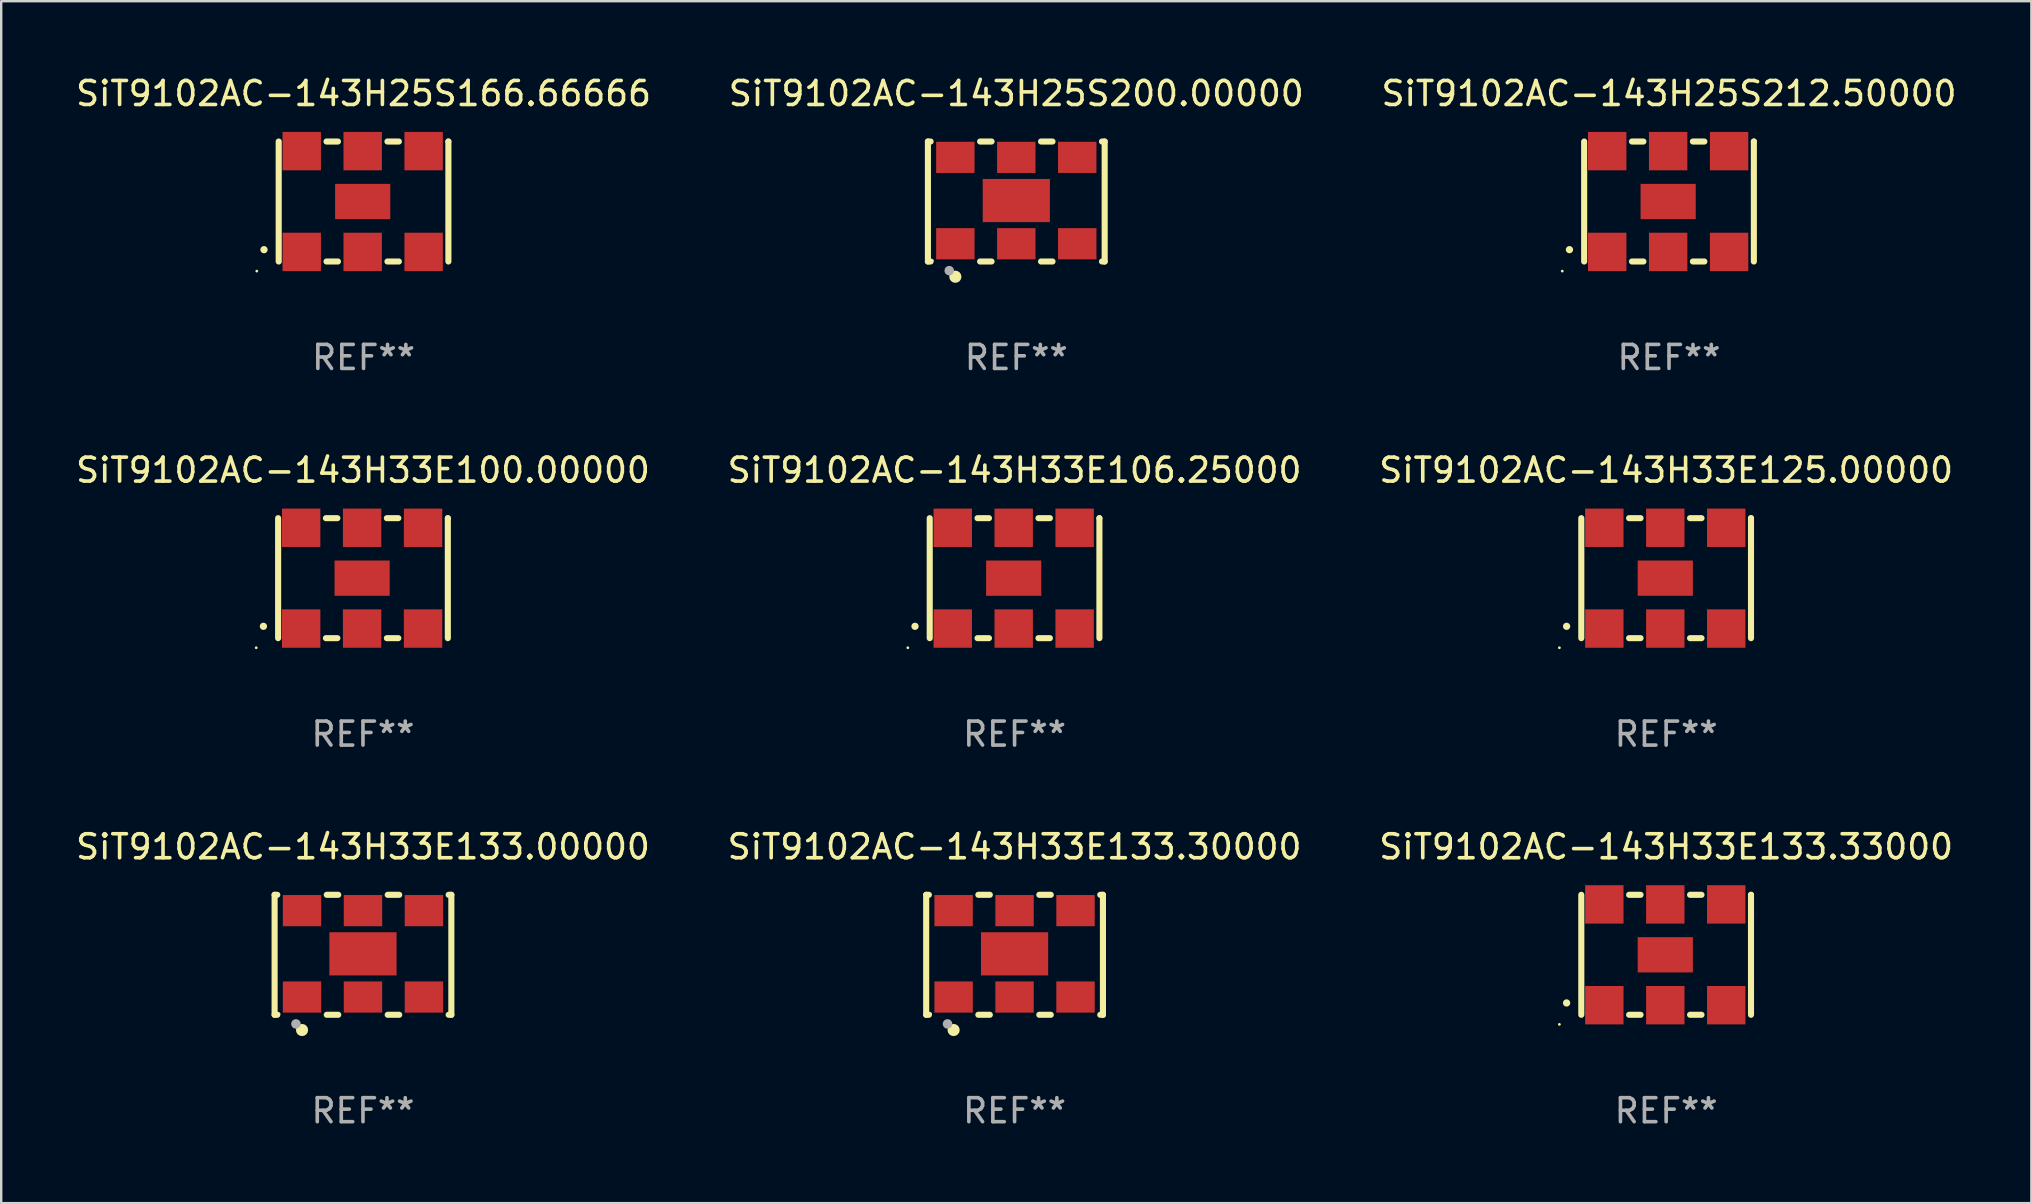
<source format=kicad_pcb>
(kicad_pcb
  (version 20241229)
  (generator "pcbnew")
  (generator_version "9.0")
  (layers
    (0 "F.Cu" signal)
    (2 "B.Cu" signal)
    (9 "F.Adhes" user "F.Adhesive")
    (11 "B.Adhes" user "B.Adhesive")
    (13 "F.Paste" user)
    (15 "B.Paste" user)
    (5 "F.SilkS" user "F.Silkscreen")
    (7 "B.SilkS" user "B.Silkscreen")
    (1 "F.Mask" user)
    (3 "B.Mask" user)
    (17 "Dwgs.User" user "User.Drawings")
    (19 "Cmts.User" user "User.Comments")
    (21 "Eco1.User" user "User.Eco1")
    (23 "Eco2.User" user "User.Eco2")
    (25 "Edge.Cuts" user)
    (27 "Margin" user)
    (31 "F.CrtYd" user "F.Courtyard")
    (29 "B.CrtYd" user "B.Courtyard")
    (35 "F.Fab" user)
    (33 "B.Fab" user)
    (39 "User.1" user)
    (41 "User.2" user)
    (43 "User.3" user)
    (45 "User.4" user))
  (footprint "SiT9102AC-143H25S212.50000"
    (layer "F.Cu")
    (at 66.506 5.348)
    (property "Reference" "SiT9102AC-143H25S212.50000" (at 0 -4.5 0) (layer "F.SilkS") (effects (font (size 1 1) (thickness 0.15))))
    (attr through_hole)
    (fp_line (start -3.536 -2.5) (end -3.536 2.5) (stroke (width 0.254) (type solid)) (layer "F.SilkS"))
    (fp_line (start -1.544 2.5) (end -1.067 2.5) (stroke (width 0.254) (type solid)) (layer "F.SilkS"))
    (fp_line (start -1.067 -2.5) (end -1.544 -2.5) (stroke (width 0.254) (type solid)) (layer "F.SilkS"))
    (fp_line (start 0.996 2.5) (end 1.473 2.5) (stroke (width 0.254) (type solid)) (layer "F.SilkS"))
    (fp_line (start 1.473 -2.5) (end 0.996 -2.5) (stroke (width 0.254) (type solid)) (layer "F.SilkS"))
    (fp_line (start 3.536 -2.5) (end 3.536 -2.5) (stroke (width 0.254) (type solid)) (layer "F.SilkS"))
    (fp_line (start 3.536 2.5) (end 3.536 -2.5) (stroke (width 0.254) (type solid)) (layer "F.SilkS"))
    (fp_arc (start -4.150432 2.006604) (mid -4.149162 2.006599) (end -4.147892 2.006604) (stroke (width 0.3) (type solid)) (layer "F.SilkS"))
    (fp_circle (center -4.449 2.9) (end -4.419 2.9) (stroke (width 0.06) (type solid)) (fill no) (layer "F.SilkS"))
    (fp_text user "REF**" (at 0 6.5 0) (layer "F.Fab") (effects (font (size 1 1) (thickness 0.15))))
    (pad "1" smd rect (at -2.576 2.1) (size 1.6 1.6) (layers "F.Cu" "F.Mask" "F.Paste"))
    (pad "2" smd rect (at -0.036 2.1) (size 1.6 1.6) (layers "F.Cu" "F.Mask" "F.Paste"))
    (pad "3" smd rect (at 2.504 2.1) (size 1.6 1.6) (layers "F.Cu" "F.Mask" "F.Paste"))
    (pad "4" smd rect (at 2.504 -2.1) (size 1.6 1.6) (layers "F.Cu" "F.Mask" "F.Paste"))
    (pad "5" smd rect (at -0.036 -2.1) (size 1.6 1.6) (layers "F.Cu" "F.Mask" "F.Paste"))
    (pad "6" smd rect (at -2.576 -2.1) (size 1.6 1.6) (layers "F.Cu" "F.Mask" "F.Paste"))
    (pad "7" smd rect (at -0.036 0) (size 2.3 1.47) (layers "F.Cu" "F.Mask" "F.Paste")))
  (footprint "SiT9102AC-143H33E125.00000"
    (layer "F.Cu")
    (at 66.387 21.045)
    (property "Reference" "SiT9102AC-143H33E125.00000" (at 0 -4.5 0) (layer "F.SilkS") (effects (font (size 1 1) (thickness 0.15))))
    (attr through_hole)
    (fp_line (start -3.536 -2.5) (end -3.536 2.5) (stroke (width 0.254) (type solid)) (layer "F.SilkS"))
    (fp_line (start -1.544 2.5) (end -1.067 2.5) (stroke (width 0.254) (type solid)) (layer "F.SilkS"))
    (fp_line (start -1.067 -2.5) (end -1.544 -2.5) (stroke (width 0.254) (type solid)) (layer "F.SilkS"))
    (fp_line (start 0.996 2.5) (end 1.473 2.5) (stroke (width 0.254) (type solid)) (layer "F.SilkS"))
    (fp_line (start 1.473 -2.5) (end 0.996 -2.5) (stroke (width 0.254) (type solid)) (layer "F.SilkS"))
    (fp_line (start 3.536 -2.5) (end 3.536 -2.5) (stroke (width 0.254) (type solid)) (layer "F.SilkS"))
    (fp_line (start 3.536 2.5) (end 3.536 -2.5) (stroke (width 0.254) (type solid)) (layer "F.SilkS"))
    (fp_arc (start -4.150432 2.006604) (mid -4.149162 2.006599) (end -4.147892 2.006604) (stroke (width 0.3) (type solid)) (layer "F.SilkS"))
    (fp_circle (center -4.449 2.9) (end -4.419 2.9) (stroke (width 0.06) (type solid)) (fill no) (layer "F.SilkS"))
    (fp_text user "REF**" (at 0 6.5 0) (layer "F.Fab") (effects (font (size 1 1) (thickness 0.15))))
    (pad "1" smd rect (at -2.576 2.1) (size 1.6 1.6) (layers "F.Cu" "F.Mask" "F.Paste"))
    (pad "2" smd rect (at -0.036 2.1) (size 1.6 1.6) (layers "F.Cu" "F.Mask" "F.Paste"))
    (pad "3" smd rect (at 2.504 2.1) (size 1.6 1.6) (layers "F.Cu" "F.Mask" "F.Paste"))
    (pad "4" smd rect (at 2.504 -2.1) (size 1.6 1.6) (layers "F.Cu" "F.Mask" "F.Paste"))
    (pad "5" smd rect (at -0.036 -2.1) (size 1.6 1.6) (layers "F.Cu" "F.Mask" "F.Paste"))
    (pad "6" smd rect (at -2.576 -2.1) (size 1.6 1.6) (layers "F.Cu" "F.Mask" "F.Paste"))
    (pad "7" smd rect (at -0.036 0) (size 2.3 1.47) (layers "F.Cu" "F.Mask" "F.Paste")))
  (footprint "SiT9102AC-143H33E133.30000"
    (layer "F.Cu")
    (at 39.232 36.741)
    (property "Reference" "SiT9102AC-143H33E133.30000" (at 0 -4.5 0) (layer "F.SilkS") (effects (font (size 1 1) (thickness 0.15))))
    (attr through_hole)
    (fp_line (start -3.683 -2.5) (end -3.571 -2.5) (stroke (width 0.254) (type solid)) (layer "F.SilkS"))
    (fp_line (start -3.683 2.5) (end -3.683 -2.5) (stroke (width 0.254) (type solid)) (layer "F.SilkS"))
    (fp_line (start -3.683 2.5) (end -3.571 2.5) (stroke (width 0.254) (type solid)) (layer "F.SilkS"))
    (fp_line (start -1.509 -2.5) (end -1.031 -2.5) (stroke (width 0.254) (type solid)) (layer "F.SilkS"))
    (fp_line (start -1.509 2.5) (end -1.031 2.5) (stroke (width 0.254) (type solid)) (layer "F.SilkS"))
    (fp_line (start 1.031 -2.5) (end 1.509 -2.5) (stroke (width 0.254) (type solid)) (layer "F.SilkS"))
    (fp_line (start 1.031 2.5) (end 1.509 2.5) (stroke (width 0.254) (type solid)) (layer "F.SilkS"))
    (fp_line (start 3.571 -2.5) (end 3.683 -2.5) (stroke (width 0.254) (type solid)) (layer "F.SilkS"))
    (fp_line (start 3.571 2.5) (end 3.683 2.5) (stroke (width 0.254) (type solid)) (layer "F.SilkS"))
    (fp_line (start 3.683 2.5) (end 3.683 -2.5) (stroke (width 0.254) (type solid)) (layer "F.SilkS"))
    (fp_circle (center -3.5 2.46) (end -3.47 2.46) (stroke (width 0.06) (type solid)) (fill no) (layer "F.SilkS"))
    (fp_circle (center -2.54 3.135) (end -2.413 3.135) (stroke (width 0.254) (type solid)) (fill no) (layer "F.SilkS"))
    (fp_circle (center -2.794 2.881) (end -2.694 2.881) (stroke (width 0.2) (type solid)) (fill no) (layer "F.Fab"))
    (fp_text user "REF**" (at 0 6.5 0) (layer "F.Fab") (effects (font (size 1 1) (thickness 0.15))))
    (pad "1" smd rect (at -2.54 1.76) (size 1.6 1.3) (layers "F.Cu" "F.Mask" "F.Paste"))
    (pad "2" smd rect (at 0 1.76) (size 1.6 1.3) (layers "F.Cu" "F.Mask" "F.Paste"))
    (pad "3" smd rect (at 2.54 1.76) (size 1.6 1.3) (layers "F.Cu" "F.Mask" "F.Paste"))
    (pad "4" smd rect (at 2.54 -1.84) (size 1.6 1.3) (layers "F.Cu" "F.Mask" "F.Paste"))
    (pad "5" smd rect (at 0 -1.84) (size 1.6 1.3) (layers "F.Cu" "F.Mask" "F.Paste"))
    (pad "6" smd rect (at -2.54 -1.84) (size 1.6 1.3) (layers "F.Cu" "F.Mask" "F.Paste"))
    (pad "7" smd rect (at 0 -0.04) (size 2.8 1.8) (layers "F.Cu" "F.Mask" "F.Paste")))
  (footprint "SiT9102AC-143H33E133.33000"
    (layer "F.Cu")
    (at 66.387 36.741)
    (property "Reference" "SiT9102AC-143H33E133.33000" (at 0 -4.5 0) (layer "F.SilkS") (effects (font (size 1 1) (thickness 0.15))))
    (attr through_hole)
    (fp_line (start -3.536 -2.5) (end -3.536 2.5) (stroke (width 0.254) (type solid)) (layer "F.SilkS"))
    (fp_line (start -1.544 2.5) (end -1.067 2.5) (stroke (width 0.254) (type solid)) (layer "F.SilkS"))
    (fp_line (start -1.067 -2.5) (end -1.544 -2.5) (stroke (width 0.254) (type solid)) (layer "F.SilkS"))
    (fp_line (start 0.996 2.5) (end 1.473 2.5) (stroke (width 0.254) (type solid)) (layer "F.SilkS"))
    (fp_line (start 1.473 -2.5) (end 0.996 -2.5) (stroke (width 0.254) (type solid)) (layer "F.SilkS"))
    (fp_line (start 3.536 -2.5) (end 3.536 -2.5) (stroke (width 0.254) (type solid)) (layer "F.SilkS"))
    (fp_line (start 3.536 2.5) (end 3.536 -2.5) (stroke (width 0.254) (type solid)) (layer "F.SilkS"))
    (fp_arc (start -4.150432 2.006604) (mid -4.149162 2.006599) (end -4.147892 2.006604) (stroke (width 0.3) (type solid)) (layer "F.SilkS"))
    (fp_circle (center -4.449 2.9) (end -4.419 2.9) (stroke (width 0.06) (type solid)) (fill no) (layer "F.SilkS"))
    (fp_text user "REF**" (at 0 6.5 0) (layer "F.Fab") (effects (font (size 1 1) (thickness 0.15))))
    (pad "1" smd rect (at -2.576 2.1) (size 1.6 1.6) (layers "F.Cu" "F.Mask" "F.Paste"))
    (pad "2" smd rect (at -0.036 2.1) (size 1.6 1.6) (layers "F.Cu" "F.Mask" "F.Paste"))
    (pad "3" smd rect (at 2.504 2.1) (size 1.6 1.6) (layers "F.Cu" "F.Mask" "F.Paste"))
    (pad "4" smd rect (at 2.504 -2.1) (size 1.6 1.6) (layers "F.Cu" "F.Mask" "F.Paste"))
    (pad "5" smd rect (at -0.036 -2.1) (size 1.6 1.6) (layers "F.Cu" "F.Mask" "F.Paste"))
    (pad "6" smd rect (at -2.576 -2.1) (size 1.6 1.6) (layers "F.Cu" "F.Mask" "F.Paste"))
    (pad "7" smd rect (at -0.036 0) (size 2.3 1.47) (layers "F.Cu" "F.Mask" "F.Paste")))
  (footprint "SiT9102AC-143H25S200.00000"
    (layer "F.Cu")
    (at 39.304 5.348)
    (property "Reference" "SiT9102AC-143H25S200.00000" (at 0 -4.5 0) (layer "F.SilkS") (effects (font (size 1 1) (thickness 0.15))))
    (attr through_hole)
    (fp_line (start -3.683 -2.5) (end -3.571 -2.5) (stroke (width 0.254) (type solid)) (layer "F.SilkS"))
    (fp_line (start -3.683 2.5) (end -3.683 -2.5) (stroke (width 0.254) (type solid)) (layer "F.SilkS"))
    (fp_line (start -3.683 2.5) (end -3.571 2.5) (stroke (width 0.254) (type solid)) (layer "F.SilkS"))
    (fp_line (start -1.509 -2.5) (end -1.031 -2.5) (stroke (width 0.254) (type solid)) (layer "F.SilkS"))
    (fp_line (start -1.509 2.5) (end -1.031 2.5) (stroke (width 0.254) (type solid)) (layer "F.SilkS"))
    (fp_line (start 1.031 -2.5) (end 1.509 -2.5) (stroke (width 0.254) (type solid)) (layer "F.SilkS"))
    (fp_line (start 1.031 2.5) (end 1.509 2.5) (stroke (width 0.254) (type solid)) (layer "F.SilkS"))
    (fp_line (start 3.571 -2.5) (end 3.683 -2.5) (stroke (width 0.254) (type solid)) (layer "F.SilkS"))
    (fp_line (start 3.571 2.5) (end 3.683 2.5) (stroke (width 0.254) (type solid)) (layer "F.SilkS"))
    (fp_line (start 3.683 2.5) (end 3.683 -2.5) (stroke (width 0.254) (type solid)) (layer "F.SilkS"))
    (fp_circle (center -3.5 2.46) (end -3.47 2.46) (stroke (width 0.06) (type solid)) (fill no) (layer "F.SilkS"))
    (fp_circle (center -2.54 3.135) (end -2.413 3.135) (stroke (width 0.254) (type solid)) (fill no) (layer "F.SilkS"))
    (fp_circle (center -2.794 2.881) (end -2.694 2.881) (stroke (width 0.2) (type solid)) (fill no) (layer "F.Fab"))
    (fp_text user "REF**" (at 0 6.5 0) (layer "F.Fab") (effects (font (size 1 1) (thickness 0.15))))
    (pad "1" smd rect (at -2.54 1.76) (size 1.6 1.3) (layers "F.Cu" "F.Mask" "F.Paste"))
    (pad "2" smd rect (at 0 1.76) (size 1.6 1.3) (layers "F.Cu" "F.Mask" "F.Paste"))
    (pad "3" smd rect (at 2.54 1.76) (size 1.6 1.3) (layers "F.Cu" "F.Mask" "F.Paste"))
    (pad "4" smd rect (at 2.54 -1.84) (size 1.6 1.3) (layers "F.Cu" "F.Mask" "F.Paste"))
    (pad "5" smd rect (at 0 -1.84) (size 1.6 1.3) (layers "F.Cu" "F.Mask" "F.Paste"))
    (pad "6" smd rect (at -2.54 -1.84) (size 1.6 1.3) (layers "F.Cu" "F.Mask" "F.Paste"))
    (pad "7" smd rect (at 0 -0.04) (size 2.8 1.8) (layers "F.Cu" "F.Mask" "F.Paste")))
  (footprint "SiT9102AC-143H33E133.00000"
    (layer "F.Cu")
    (at 12.077 36.741)
    (property "Reference" "SiT9102AC-143H33E133.00000" (at 0 -4.5 0) (layer "F.SilkS") (effects (font (size 1 1) (thickness 0.15))))
    (attr through_hole)
    (fp_line (start -3.683 -2.5) (end -3.571 -2.5) (stroke (width 0.254) (type solid)) (layer "F.SilkS"))
    (fp_line (start -3.683 2.5) (end -3.683 -2.5) (stroke (width 0.254) (type solid)) (layer "F.SilkS"))
    (fp_line (start -3.683 2.5) (end -3.571 2.5) (stroke (width 0.254) (type solid)) (layer "F.SilkS"))
    (fp_line (start -1.509 -2.5) (end -1.031 -2.5) (stroke (width 0.254) (type solid)) (layer "F.SilkS"))
    (fp_line (start -1.509 2.5) (end -1.031 2.5) (stroke (width 0.254) (type solid)) (layer "F.SilkS"))
    (fp_line (start 1.031 -2.5) (end 1.509 -2.5) (stroke (width 0.254) (type solid)) (layer "F.SilkS"))
    (fp_line (start 1.031 2.5) (end 1.509 2.5) (stroke (width 0.254) (type solid)) (layer "F.SilkS"))
    (fp_line (start 3.571 -2.5) (end 3.683 -2.5) (stroke (width 0.254) (type solid)) (layer "F.SilkS"))
    (fp_line (start 3.571 2.5) (end 3.683 2.5) (stroke (width 0.254) (type solid)) (layer "F.SilkS"))
    (fp_line (start 3.683 2.5) (end 3.683 -2.5) (stroke (width 0.254) (type solid)) (layer "F.SilkS"))
    (fp_circle (center -3.5 2.46) (end -3.47 2.46) (stroke (width 0.06) (type solid)) (fill no) (layer "F.SilkS"))
    (fp_circle (center -2.54 3.135) (end -2.413 3.135) (stroke (width 0.254) (type solid)) (fill no) (layer "F.SilkS"))
    (fp_circle (center -2.794 2.881) (end -2.694 2.881) (stroke (width 0.2) (type solid)) (fill no) (layer "F.Fab"))
    (fp_text user "REF**" (at 0 6.5 0) (layer "F.Fab") (effects (font (size 1 1) (thickness 0.15))))
    (pad "1" smd rect (at -2.54 1.76) (size 1.6 1.3) (layers "F.Cu" "F.Mask" "F.Paste"))
    (pad "2" smd rect (at 0 1.76) (size 1.6 1.3) (layers "F.Cu" "F.Mask" "F.Paste"))
    (pad "3" smd rect (at 2.54 1.76) (size 1.6 1.3) (layers "F.Cu" "F.Mask" "F.Paste"))
    (pad "4" smd rect (at 2.54 -1.84) (size 1.6 1.3) (layers "F.Cu" "F.Mask" "F.Paste"))
    (pad "5" smd rect (at 0 -1.84) (size 1.6 1.3) (layers "F.Cu" "F.Mask" "F.Paste"))
    (pad "6" smd rect (at -2.54 -1.84) (size 1.6 1.3) (layers "F.Cu" "F.Mask" "F.Paste"))
    (pad "7" smd rect (at 0 -0.04) (size 2.8 1.8) (layers "F.Cu" "F.Mask" "F.Paste")))
  (footprint "SiT9102AC-143H25S166.66666"
    (layer "F.Cu")
    (at 12.101 5.348)
    (property "Reference" "SiT9102AC-143H25S166.66666" (at 0 -4.5 0) (layer "F.SilkS") (effects (font (size 1 1) (thickness 0.15))))
    (attr through_hole)
    (fp_line (start -3.536 -2.5) (end -3.536 2.5) (stroke (width 0.254) (type solid)) (layer "F.SilkS"))
    (fp_line (start -1.544 2.5) (end -1.067 2.5) (stroke (width 0.254) (type solid)) (layer "F.SilkS"))
    (fp_line (start -1.067 -2.5) (end -1.544 -2.5) (stroke (width 0.254) (type solid)) (layer "F.SilkS"))
    (fp_line (start 0.996 2.5) (end 1.473 2.5) (stroke (width 0.254) (type solid)) (layer "F.SilkS"))
    (fp_line (start 1.473 -2.5) (end 0.996 -2.5) (stroke (width 0.254) (type solid)) (layer "F.SilkS"))
    (fp_line (start 3.536 -2.5) (end 3.536 -2.5) (stroke (width 0.254) (type solid)) (layer "F.SilkS"))
    (fp_line (start 3.536 2.5) (end 3.536 -2.5) (stroke (width 0.254) (type solid)) (layer "F.SilkS"))
    (fp_arc (start -4.150432 2.006604) (mid -4.149162 2.006599) (end -4.147892 2.006604) (stroke (width 0.3) (type solid)) (layer "F.SilkS"))
    (fp_circle (center -4.449 2.9) (end -4.419 2.9) (stroke (width 0.06) (type solid)) (fill no) (layer "F.SilkS"))
    (fp_text user "REF**" (at 0 6.5 0) (layer "F.Fab") (effects (font (size 1 1) (thickness 0.15))))
    (pad "1" smd rect (at -2.576 2.1) (size 1.6 1.6) (layers "F.Cu" "F.Mask" "F.Paste"))
    (pad "2" smd rect (at -0.036 2.1) (size 1.6 1.6) (layers "F.Cu" "F.Mask" "F.Paste"))
    (pad "3" smd rect (at 2.504 2.1) (size 1.6 1.6) (layers "F.Cu" "F.Mask" "F.Paste"))
    (pad "4" smd rect (at 2.504 -2.1) (size 1.6 1.6) (layers "F.Cu" "F.Mask" "F.Paste"))
    (pad "5" smd rect (at -0.036 -2.1) (size 1.6 1.6) (layers "F.Cu" "F.Mask" "F.Paste"))
    (pad "6" smd rect (at -2.576 -2.1) (size 1.6 1.6) (layers "F.Cu" "F.Mask" "F.Paste"))
    (pad "7" smd rect (at -0.036 0) (size 2.3 1.47) (layers "F.Cu" "F.Mask" "F.Paste")))
  (footprint "SiT9102AC-143H33E100.00000"
    (layer "F.Cu")
    (at 12.077 21.045)
    (property "Reference" "SiT9102AC-143H33E100.00000" (at 0 -4.5 0) (layer "F.SilkS") (effects (font (size 1 1) (thickness 0.15))))
    (attr through_hole)
    (fp_line (start -3.536 -2.5) (end -3.536 2.5) (stroke (width 0.254) (type solid)) (layer "F.SilkS"))
    (fp_line (start -1.544 2.5) (end -1.067 2.5) (stroke (width 0.254) (type solid)) (layer "F.SilkS"))
    (fp_line (start -1.067 -2.5) (end -1.544 -2.5) (stroke (width 0.254) (type solid)) (layer "F.SilkS"))
    (fp_line (start 0.996 2.5) (end 1.473 2.5) (stroke (width 0.254) (type solid)) (layer "F.SilkS"))
    (fp_line (start 1.473 -2.5) (end 0.996 -2.5) (stroke (width 0.254) (type solid)) (layer "F.SilkS"))
    (fp_line (start 3.536 -2.5) (end 3.536 -2.5) (stroke (width 0.254) (type solid)) (layer "F.SilkS"))
    (fp_line (start 3.536 2.5) (end 3.536 -2.5) (stroke (width 0.254) (type solid)) (layer "F.SilkS"))
    (fp_arc (start -4.150432 2.006604) (mid -4.149162 2.006599) (end -4.147892 2.006604) (stroke (width 0.3) (type solid)) (layer "F.SilkS"))
    (fp_circle (center -4.449 2.9) (end -4.419 2.9) (stroke (width 0.06) (type solid)) (fill no) (layer "F.SilkS"))
    (fp_text user "REF**" (at 0 6.5 0) (layer "F.Fab") (effects (font (size 1 1) (thickness 0.15))))
    (pad "1" smd rect (at -2.576 2.1) (size 1.6 1.6) (layers "F.Cu" "F.Mask" "F.Paste"))
    (pad "2" smd rect (at -0.036 2.1) (size 1.6 1.6) (layers "F.Cu" "F.Mask" "F.Paste"))
    (pad "3" smd rect (at 2.504 2.1) (size 1.6 1.6) (layers "F.Cu" "F.Mask" "F.Paste"))
    (pad "4" smd rect (at 2.504 -2.1) (size 1.6 1.6) (layers "F.Cu" "F.Mask" "F.Paste"))
    (pad "5" smd rect (at -0.036 -2.1) (size 1.6 1.6) (layers "F.Cu" "F.Mask" "F.Paste"))
    (pad "6" smd rect (at -2.576 -2.1) (size 1.6 1.6) (layers "F.Cu" "F.Mask" "F.Paste"))
    (pad "7" smd rect (at -0.036 0) (size 2.3 1.47) (layers "F.Cu" "F.Mask" "F.Paste")))
  (footprint "SiT9102AC-143H33E106.25000"
    (layer "F.Cu")
    (at 39.232 21.045)
    (property "Reference" "SiT9102AC-143H33E106.25000" (at 0 -4.5 0) (layer "F.SilkS") (effects (font (size 1 1) (thickness 0.15))))
    (attr through_hole)
    (fp_line (start -3.536 -2.5) (end -3.536 2.5) (stroke (width 0.254) (type solid)) (layer "F.SilkS"))
    (fp_line (start -1.544 2.5) (end -1.067 2.5) (stroke (width 0.254) (type solid)) (layer "F.SilkS"))
    (fp_line (start -1.067 -2.5) (end -1.544 -2.5) (stroke (width 0.254) (type solid)) (layer "F.SilkS"))
    (fp_line (start 0.996 2.5) (end 1.473 2.5) (stroke (width 0.254) (type solid)) (layer "F.SilkS"))
    (fp_line (start 1.473 -2.5) (end 0.996 -2.5) (stroke (width 0.254) (type solid)) (layer "F.SilkS"))
    (fp_line (start 3.536 -2.5) (end 3.536 -2.5) (stroke (width 0.254) (type solid)) (layer "F.SilkS"))
    (fp_line (start 3.536 2.5) (end 3.536 -2.5) (stroke (width 0.254) (type solid)) (layer "F.SilkS"))
    (fp_arc (start -4.150432 2.006604) (mid -4.149162 2.006599) (end -4.147892 2.006604) (stroke (width 0.3) (type solid)) (layer "F.SilkS"))
    (fp_circle (center -4.449 2.9) (end -4.419 2.9) (stroke (width 0.06) (type solid)) (fill no) (layer "F.SilkS"))
    (fp_text user "REF**" (at 0 6.5 0) (layer "F.Fab") (effects (font (size 1 1) (thickness 0.15))))
    (pad "1" smd rect (at -2.576 2.1) (size 1.6 1.6) (layers "F.Cu" "F.Mask" "F.Paste"))
    (pad "2" smd rect (at -0.036 2.1) (size 1.6 1.6) (layers "F.Cu" "F.Mask" "F.Paste"))
    (pad "3" smd rect (at 2.504 2.1) (size 1.6 1.6) (layers "F.Cu" "F.Mask" "F.Paste"))
    (pad "4" smd rect (at 2.504 -2.1) (size 1.6 1.6) (layers "F.Cu" "F.Mask" "F.Paste"))
    (pad "5" smd rect (at -0.036 -2.1) (size 1.6 1.6) (layers "F.Cu" "F.Mask" "F.Paste"))
    (pad "6" smd rect (at -2.576 -2.1) (size 1.6 1.6) (layers "F.Cu" "F.Mask" "F.Paste"))
    (pad "7" smd rect (at -0.036 0) (size 2.3 1.47) (layers "F.Cu" "F.Mask" "F.Paste")))
  (gr_rect
    (start -3 -3)
    (end 81.607 47.09)
    (stroke (width 0.1) (type default))
    (fill no)
    (layer "Edge.Cuts")))
</source>
